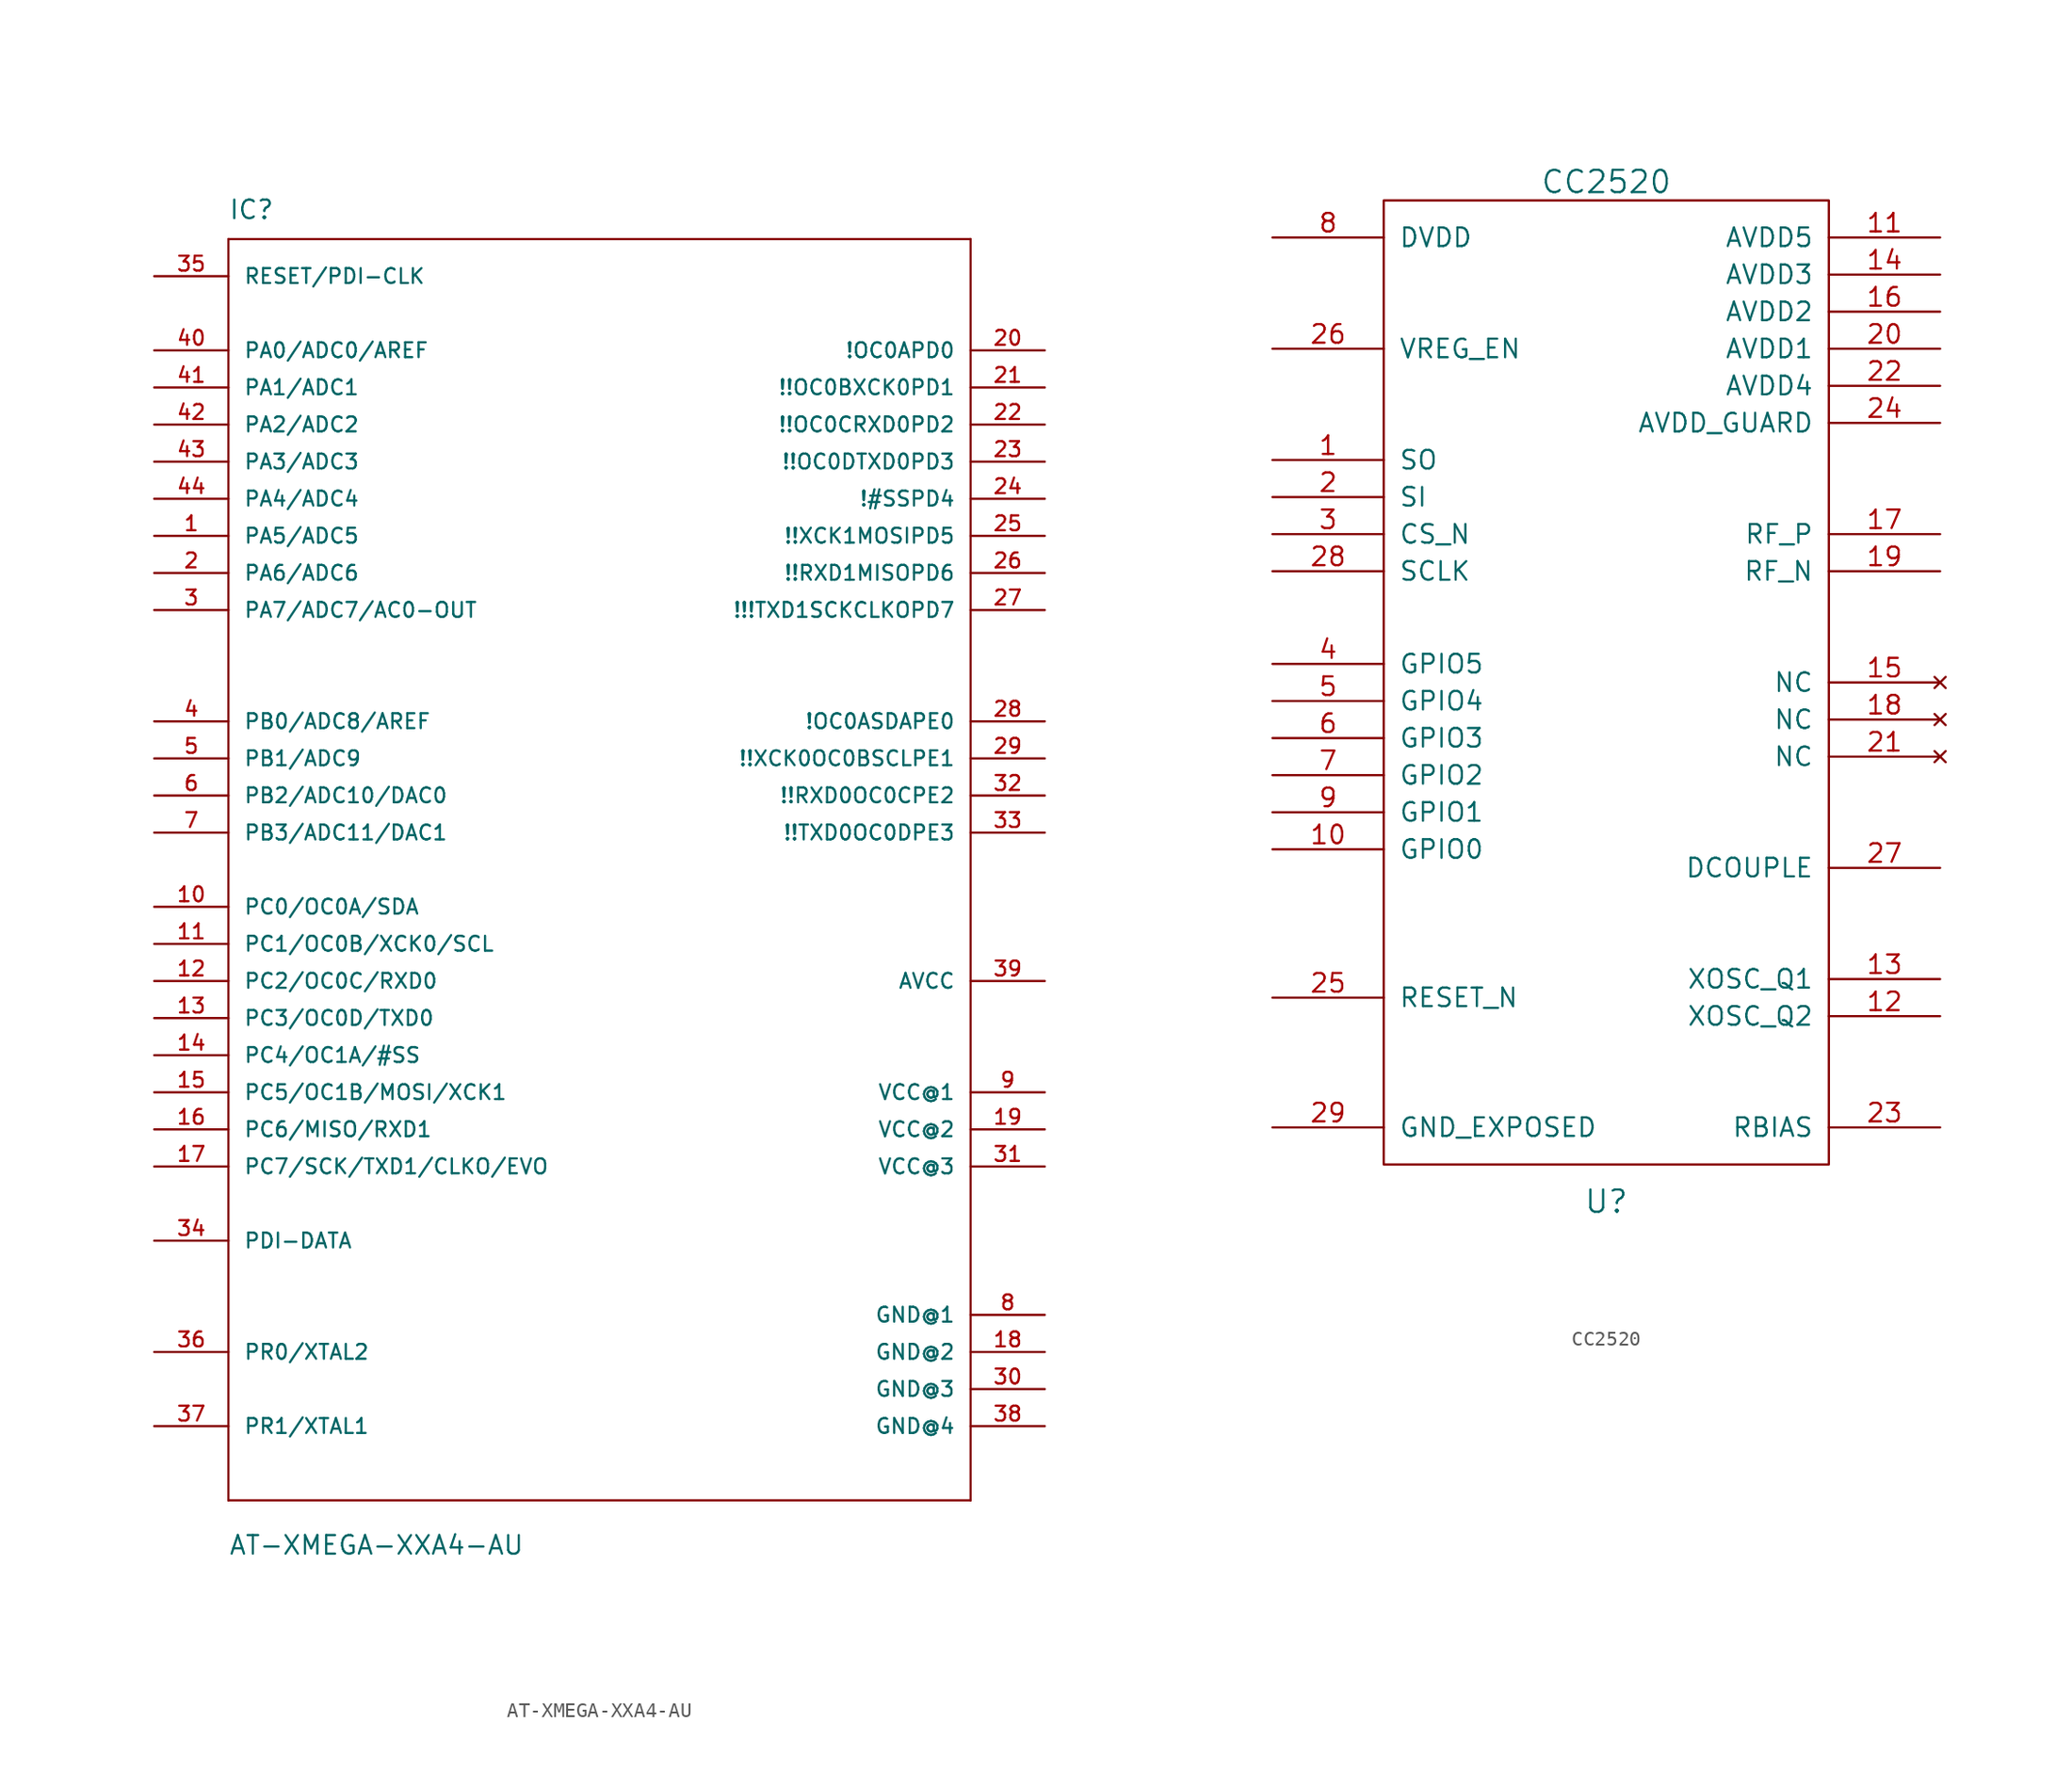
<source format=kicad_sym>
(kicad_symbol_lib
  (version 20220914)
  (generator kicad_symbol_editor)
  (symbol "AT-XMEGA-XXA4-AU"
    (pin_names
      (offset 1.016))
    (property "Reference" "IC"
      (at -25.4 44.45 0)
      (effects (font (size 1.27 1.27)) (justify left bottom)))
    (property "Value" "AT-XMEGA-XXA4-AU"
      (at -25.4 -46.99 0)
      (effects (font (size 1.27 1.27)) (justify left bottom)))
    (property "Datasheet" ""
      (at 0 0 0)
      (effects (font (size 1.524 1.524))))
    (property "ki_locked" ""
      (at 0 0 0)
      (effects (font (size 1.27 1.27))))
    (symbol "AT-XMEGA-XXA4-AU_1_0"
      (polyline (pts (xy -25.4 -43.18) (xy -25.4 43.18)) (stroke (width 0) (type solid)) (fill (type none)))
      (polyline (pts (xy -25.4 43.18) (xy 25.4 43.18)) (stroke (width 0) (type solid)) (fill (type none)))
      (polyline (pts (xy 25.4 -43.18) (xy -25.4 -43.18)) (stroke (width 0) (type solid)) (fill (type none)))
      (polyline (pts (xy 25.4 43.18) (xy 25.4 -43.18)) (stroke (width 0) (type solid)) (fill (type none))))
    (symbol "AT-XMEGA-XXA4-AU_1_1"
      (pin bidirectional line (at -30.48 22.86 0) (length 5.08) (name "PA5/ADC5" (effects (font (size 1.016 1.016)))) (number "1" (effects (font (size 1.016 1.016)))))
      (pin bidirectional line (at -30.48 -2.54 0) (length 5.08) (name "PC0/OC0A/SDA" (effects (font (size 1.016 1.016)))) (number "10" (effects (font (size 1.016 1.016)))))
      (pin bidirectional line (at -30.48 -5.08 0) (length 5.08) (name "PC1/OC0B/XCK0/SCL" (effects (font (size 1.016 1.016)))) (number "11" (effects (font (size 1.016 1.016)))))
      (pin bidirectional line (at -30.48 -7.62 0) (length 5.08) (name "PC2/OC0C/RXD0" (effects (font (size 1.016 1.016)))) (number "12" (effects (font (size 1.016 1.016)))))
      (pin bidirectional line (at -30.48 -10.16 0) (length 5.08) (name "PC3/OC0D/TXD0" (effects (font (size 1.016 1.016)))) (number "13" (effects (font (size 1.016 1.016)))))
      (pin bidirectional line (at -30.48 -12.7 0) (length 5.08) (name "PC4/OC1A/#SS" (effects (font (size 1.016 1.016)))) (number "14" (effects (font (size 1.016 1.016)))))
      (pin bidirectional line (at -30.48 -15.24 0) (length 5.08) (name "PC5/OC1B/MOSI/XCK1" (effects (font (size 1.016 1.016)))) (number "15" (effects (font (size 1.016 1.016)))))
      (pin bidirectional line (at -30.48 -17.78 0) (length 5.08) (name "PC6/MISO/RXD1" (effects (font (size 1.016 1.016)))) (number "16" (effects (font (size 1.016 1.016)))))
      (pin bidirectional line (at -30.48 -20.32 0) (length 5.08) (name "PC7/SCK/TXD1/CLKO/EVO" (effects (font (size 1.016 1.016)))) (number "17" (effects (font (size 1.016 1.016)))))
      (pin power_in line (at 30.48 -33.02 180) (length 5.08) (name "GND@2" (effects (font (size 1.016 1.016)))) (number "18" (effects (font (size 1.016 1.016)))))
      (pin power_in line (at 30.48 -17.78 180) (length 5.08) (name "VCC@2" (effects (font (size 1.016 1.016)))) (number "19" (effects (font (size 1.016 1.016)))))
      (pin bidirectional line (at -30.48 20.32 0) (length 5.08) (name "PA6/ADC6" (effects (font (size 1.016 1.016)))) (number "2" (effects (font (size 1.016 1.016)))))
      (pin bidirectional line (at 30.48 35.56 180) (length 5.08) (name "!OC0APD0" (effects (font (size 1.016 1.016)))) (number "20" (effects (font (size 1.016 1.016)))))
      (pin bidirectional line (at 30.48 33.02 180) (length 5.08) (name "!!OC0BXCK0PD1" (effects (font (size 1.016 1.016)))) (number "21" (effects (font (size 1.016 1.016)))))
      (pin bidirectional line (at 30.48 30.48 180) (length 5.08) (name "!!OC0CRXD0PD2" (effects (font (size 1.016 1.016)))) (number "22" (effects (font (size 1.016 1.016)))))
      (pin bidirectional line (at 30.48 27.94 180) (length 5.08) (name "!!OC0DTXD0PD3" (effects (font (size 1.016 1.016)))) (number "23" (effects (font (size 1.016 1.016)))))
      (pin bidirectional line (at 30.48 25.4 180) (length 5.08) (name "!#SSPD4" (effects (font (size 1.016 1.016)))) (number "24" (effects (font (size 1.016 1.016)))))
      (pin bidirectional line (at 30.48 22.86 180) (length 5.08) (name "!!XCK1MOSIPD5" (effects (font (size 1.016 1.016)))) (number "25" (effects (font (size 1.016 1.016)))))
      (pin bidirectional line (at 30.48 20.32 180) (length 5.08) (name "!!RXD1MISOPD6" (effects (font (size 1.016 1.016)))) (number "26" (effects (font (size 1.016 1.016)))))
      (pin bidirectional line (at 30.48 17.78 180) (length 5.08) (name "!!!TXD1SCKCLKOPD7" (effects (font (size 1.016 1.016)))) (number "27" (effects (font (size 1.016 1.016)))))
      (pin bidirectional line (at 30.48 10.16 180) (length 5.08) (name "!OC0ASDAPE0" (effects (font (size 1.016 1.016)))) (number "28" (effects (font (size 1.016 1.016)))))
      (pin bidirectional line (at 30.48 7.62 180) (length 5.08) (name "!!XCK0OC0BSCLPE1" (effects (font (size 1.016 1.016)))) (number "29" (effects (font (size 1.016 1.016)))))
      (pin bidirectional line (at -30.48 17.78 0) (length 5.08) (name "PA7/ADC7/AC0-OUT" (effects (font (size 1.016 1.016)))) (number "3" (effects (font (size 1.016 1.016)))))
      (pin power_in line (at 30.48 -35.56 180) (length 5.08) (name "GND@3" (effects (font (size 1.016 1.016)))) (number "30" (effects (font (size 1.016 1.016)))))
      (pin power_in line (at 30.48 -20.32 180) (length 5.08) (name "VCC@3" (effects (font (size 1.016 1.016)))) (number "31" (effects (font (size 1.016 1.016)))))
      (pin bidirectional line (at 30.48 5.08 180) (length 5.08) (name "!!RXD0OC0CPE2" (effects (font (size 1.016 1.016)))) (number "32" (effects (font (size 1.016 1.016)))))
      (pin bidirectional line (at 30.48 2.54 180) (length 5.08) (name "!!TXD0OC0DPE3" (effects (font (size 1.016 1.016)))) (number "33" (effects (font (size 1.016 1.016)))))
      (pin bidirectional line (at -30.48 -25.4 0) (length 5.08) (name "PDI-DATA" (effects (font (size 1.016 1.016)))) (number "34" (effects (font (size 1.016 1.016)))))
      (pin input line (at -30.48 40.64 0) (length 5.08) (name "RESET/PDI-CLK" (effects (font (size 1.016 1.016)))) (number "35" (effects (font (size 1.016 1.016)))))
      (pin bidirectional line (at -30.48 -33.02 0) (length 5.08) (name "PR0/XTAL2" (effects (font (size 1.016 1.016)))) (number "36" (effects (font (size 1.016 1.016)))))
      (pin bidirectional line (at -30.48 -38.1 0) (length 5.08) (name "PR1/XTAL1" (effects (font (size 1.016 1.016)))) (number "37" (effects (font (size 1.016 1.016)))))
      (pin power_in line (at 30.48 -38.1 180) (length 5.08) (name "GND@4" (effects (font (size 1.016 1.016)))) (number "38" (effects (font (size 1.016 1.016)))))
      (pin power_in line (at 30.48 -7.62 180) (length 5.08) (name "AVCC" (effects (font (size 1.016 1.016)))) (number "39" (effects (font (size 1.016 1.016)))))
      (pin bidirectional line (at -30.48 10.16 0) (length 5.08) (name "PB0/ADC8/AREF" (effects (font (size 1.016 1.016)))) (number "4" (effects (font (size 1.016 1.016)))))
      (pin bidirectional line (at -30.48 35.56 0) (length 5.08) (name "PA0/ADC0/AREF" (effects (font (size 1.016 1.016)))) (number "40" (effects (font (size 1.016 1.016)))))
      (pin bidirectional line (at -30.48 33.02 0) (length 5.08) (name "PA1/ADC1" (effects (font (size 1.016 1.016)))) (number "41" (effects (font (size 1.016 1.016)))))
      (pin bidirectional line (at -30.48 30.48 0) (length 5.08) (name "PA2/ADC2" (effects (font (size 1.016 1.016)))) (number "42" (effects (font (size 1.016 1.016)))))
      (pin bidirectional line (at -30.48 27.94 0) (length 5.08) (name "PA3/ADC3" (effects (font (size 1.016 1.016)))) (number "43" (effects (font (size 1.016 1.016)))))
      (pin bidirectional line (at -30.48 25.4 0) (length 5.08) (name "PA4/ADC4" (effects (font (size 1.016 1.016)))) (number "44" (effects (font (size 1.016 1.016)))))
      (pin bidirectional line (at -30.48 7.62 0) (length 5.08) (name "PB1/ADC9" (effects (font (size 1.016 1.016)))) (number "5" (effects (font (size 1.016 1.016)))))
      (pin bidirectional line (at -30.48 5.08 0) (length 5.08) (name "PB2/ADC10/DAC0" (effects (font (size 1.016 1.016)))) (number "6" (effects (font (size 1.016 1.016)))))
      (pin bidirectional line (at -30.48 2.54 0) (length 5.08) (name "PB3/ADC11/DAC1" (effects (font (size 1.016 1.016)))) (number "7" (effects (font (size 1.016 1.016)))))
      (pin power_in line (at 30.48 -30.48 180) (length 5.08) (name "GND@1" (effects (font (size 1.016 1.016)))) (number "8" (effects (font (size 1.016 1.016)))))
      (pin power_in line (at 30.48 -15.24 180) (length 5.08) (name "VCC@1" (effects (font (size 1.016 1.016)))) (number "9" (effects (font (size 1.016 1.016)))))))
  (symbol "CC2520"
    (pin_names
      (offset 1.016))
    (property "Reference" "U"
      (at 0 -35.56 0)
      (effects (font (size 1.524 1.524))))
    (property "Value" "CC2520"
      (at 0 34.29 0)
      (effects (font (size 1.524 1.524))))
    (property "Footprint" ""
      (at 5.08 5.08 0)
      (effects (font (size 1.524 1.524))))
    (property "Datasheet" ""
      (at 5.08 5.08 0)
      (effects (font (size 1.524 1.524))))
    (symbol "CC2520_0_1"
      (rectangle (start -15.24 33.02) (end 15.24 -33.02) (stroke (width 0) (type solid)) (fill (type none))))
    (symbol "CC2520_1_1"
      (pin output line (at -22.86 15.24 0) (length 7.62) (name "SO" (effects (font (size 1.27 1.27)))) (number "1" (effects (font (size 1.27 1.27)))))
      (pin bidirectional line (at -22.86 -11.43 0) (length 7.62) (name "GPIO0" (effects (font (size 1.27 1.27)))) (number "10" (effects (font (size 1.27 1.27)))))
      (pin power_in line (at 22.86 30.48 180) (length 7.62) (name "AVDD5" (effects (font (size 1.27 1.27)))) (number "11" (effects (font (size 1.27 1.27)))))
      (pin bidirectional line (at 22.86 -22.86 180) (length 7.62) (name "XOSC_Q2" (effects (font (size 1.27 1.27)))) (number "12" (effects (font (size 1.27 1.27)))))
      (pin bidirectional line (at 22.86 -20.32 180) (length 7.62) (name "XOSC_Q1" (effects (font (size 1.27 1.27)))) (number "13" (effects (font (size 1.27 1.27)))))
      (pin power_in line (at 22.86 27.94 180) (length 7.62) (name "AVDD3" (effects (font (size 1.27 1.27)))) (number "14" (effects (font (size 1.27 1.27)))))
      (pin no_connect line (at 22.86 0 180) (length 7.62) (name "NC" (effects (font (size 1.27 1.27)))) (number "15" (effects (font (size 1.27 1.27)))))
      (pin power_in line (at 22.86 25.4 180) (length 7.62) (name "AVDD2" (effects (font (size 1.27 1.27)))) (number "16" (effects (font (size 1.27 1.27)))))
      (pin bidirectional line (at 22.86 10.16 180) (length 7.62) (name "RF_P" (effects (font (size 1.27 1.27)))) (number "17" (effects (font (size 1.27 1.27)))))
      (pin no_connect line (at 22.86 -2.54 180) (length 7.62) (name "NC" (effects (font (size 1.27 1.27)))) (number "18" (effects (font (size 1.27 1.27)))))
      (pin bidirectional line (at 22.86 7.62 180) (length 7.62) (name "RF_N" (effects (font (size 1.27 1.27)))) (number "19" (effects (font (size 1.27 1.27)))))
      (pin input line (at -22.86 12.7 0) (length 7.62) (name "SI" (effects (font (size 1.27 1.27)))) (number "2" (effects (font (size 1.27 1.27)))))
      (pin power_in line (at 22.86 22.86 180) (length 7.62) (name "AVDD1" (effects (font (size 1.27 1.27)))) (number "20" (effects (font (size 1.27 1.27)))))
      (pin no_connect line (at 22.86 -5.08 180) (length 7.62) (name "NC" (effects (font (size 1.27 1.27)))) (number "21" (effects (font (size 1.27 1.27)))))
      (pin power_in line (at 22.86 20.32 180) (length 7.62) (name "AVDD4" (effects (font (size 1.27 1.27)))) (number "22" (effects (font (size 1.27 1.27)))))
      (pin bidirectional line (at 22.86 -30.48 180) (length 7.62) (name "RBIAS" (effects (font (size 1.27 1.27)))) (number "23" (effects (font (size 1.27 1.27)))))
      (pin power_in line (at 22.86 17.78 180) (length 7.62) (name "AVDD_GUARD" (effects (font (size 1.27 1.27)))) (number "24" (effects (font (size 1.27 1.27)))))
      (pin input line (at -22.86 -21.59 0) (length 7.62) (name "RESET_N" (effects (font (size 1.27 1.27)))) (number "25" (effects (font (size 1.27 1.27)))))
      (pin input line (at -22.86 22.86 0) (length 7.62) (name "VREG_EN" (effects (font (size 1.27 1.27)))) (number "26" (effects (font (size 1.27 1.27)))))
      (pin power_out line (at 22.86 -12.7 180) (length 7.62) (name "DCOUPLE" (effects (font (size 1.27 1.27)))) (number "27" (effects (font (size 1.27 1.27)))))
      (pin input line (at -22.86 7.62 0) (length 7.62) (name "SCLK" (effects (font (size 1.27 1.27)))) (number "28" (effects (font (size 1.27 1.27)))))
      (pin power_in line (at -22.86 -30.48 0) (length 7.62) (name "GND_EXPOSED" (effects (font (size 1.27 1.27)))) (number "29" (effects (font (size 1.27 1.27)))))
      (pin input line (at -22.86 10.16 0) (length 7.62) (name "CS_N" (effects (font (size 1.27 1.27)))) (number "3" (effects (font (size 1.27 1.27)))))
      (pin bidirectional line (at -22.86 1.27 0) (length 7.62) (name "GPIO5" (effects (font (size 1.27 1.27)))) (number "4" (effects (font (size 1.27 1.27)))))
      (pin bidirectional line (at -22.86 -1.27 0) (length 7.62) (name "GPIO4" (effects (font (size 1.27 1.27)))) (number "5" (effects (font (size 1.27 1.27)))))
      (pin bidirectional line (at -22.86 -3.81 0) (length 7.62) (name "GPIO3" (effects (font (size 1.27 1.27)))) (number "6" (effects (font (size 1.27 1.27)))))
      (pin bidirectional line (at -22.86 -6.35 0) (length 7.62) (name "GPIO2" (effects (font (size 1.27 1.27)))) (number "7" (effects (font (size 1.27 1.27)))))
      (pin power_in line (at -22.86 30.48 0) (length 7.62) (name "DVDD" (effects (font (size 1.27 1.27)))) (number "8" (effects (font (size 1.27 1.27)))))
      (pin bidirectional line (at -22.86 -8.89 0) (length 7.62) (name "GPIO1" (effects (font (size 1.27 1.27)))) (number "9" (effects (font (size 1.27 1.27))))))))
</source>
